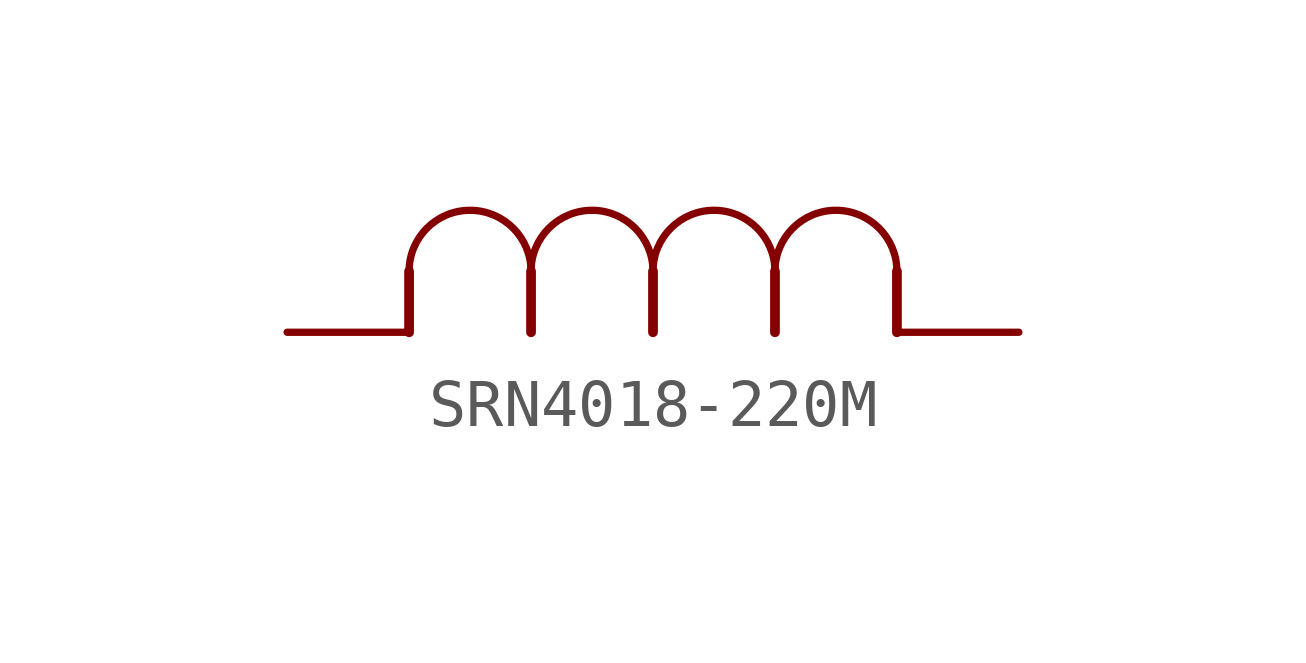
<source format=kicad_sym>
(kicad_symbol_lib
  (version 20241209)
  (generator "kicad_symbol_editor")
  (generator_version "9.0")
  (symbol "SRN4018-220M"
    (property "Reference" "L"
      (at -0.914 3.353 0)
      (effects (font (size 3.48 2.958)) (justify left bottom) (hide yes)))
    (property "ki_locked" ""
      (at 0 0 0)
      (effects (font (size 1.27 1.27))))
    (symbol "SRN4018-220M_1_0"
      (polyline (pts (xy 2.54 0) (xy 2.54 1.27)) (stroke (width 0.203) (type solid)) (fill (type none)))
      (arc (start 2.54 1.27) (mid 3.81 2.54) (end 5.08 1.27) (stroke (width 0.1524) (type solid)) (fill (type none)))
      (polyline (pts (xy 5.08 0) (xy 5.08 1.27)) (stroke (width 0.203) (type solid)) (fill (type none)))
      (arc (start 5.08 1.27) (mid 6.35 2.54) (end 7.62 1.27) (stroke (width 0.1524) (type solid)) (fill (type none)))
      (polyline (pts (xy 7.62 0) (xy 7.62 1.27)) (stroke (width 0.203) (type solid)) (fill (type none)))
      (arc (start 7.62 1.27) (mid 8.89 2.54) (end 10.16 1.27) (stroke (width 0.1524) (type solid)) (fill (type none)))
      (polyline (pts (xy 10.16 0) (xy 10.16 1.27)) (stroke (width 0.203) (type solid)) (fill (type none)))
      (arc (start 10.16 1.27) (mid 11.43 2.54) (end 12.7 1.27) (stroke (width 0.1524) (type solid)) (fill (type none)))
      (polyline (pts (xy 12.7 0) (xy 12.7 1.27)) (stroke (width 0.203) (type solid)) (fill (type none)))
      (pin passive line (at 0 0 0) (length 2.54) (name "2" (effects (font (size 0 0)))) (number "2" (effects (font (size 0 0)))))
      (pin passive line (at 15.24 0 180) (length 2.54) (name "1" (effects (font (size 0 0)))) (number "1" (effects (font (size 0 0))))))))
</source>
